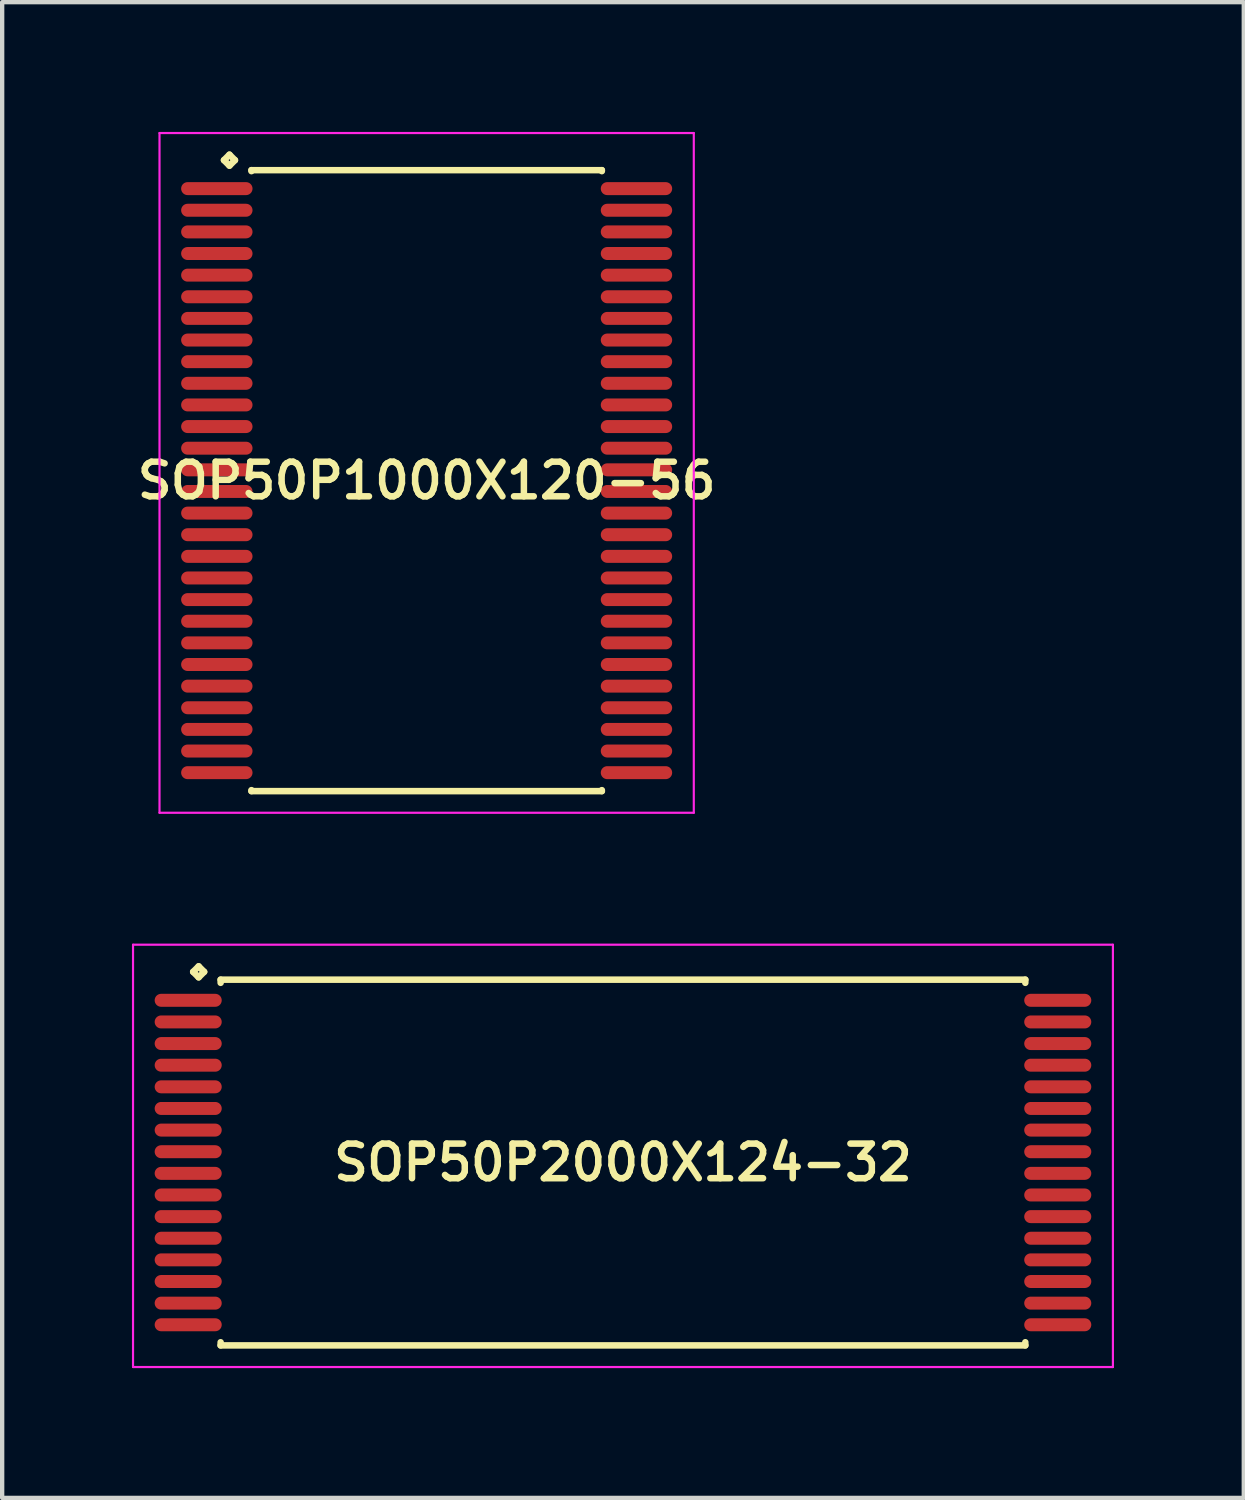
<source format=kicad_pcb>
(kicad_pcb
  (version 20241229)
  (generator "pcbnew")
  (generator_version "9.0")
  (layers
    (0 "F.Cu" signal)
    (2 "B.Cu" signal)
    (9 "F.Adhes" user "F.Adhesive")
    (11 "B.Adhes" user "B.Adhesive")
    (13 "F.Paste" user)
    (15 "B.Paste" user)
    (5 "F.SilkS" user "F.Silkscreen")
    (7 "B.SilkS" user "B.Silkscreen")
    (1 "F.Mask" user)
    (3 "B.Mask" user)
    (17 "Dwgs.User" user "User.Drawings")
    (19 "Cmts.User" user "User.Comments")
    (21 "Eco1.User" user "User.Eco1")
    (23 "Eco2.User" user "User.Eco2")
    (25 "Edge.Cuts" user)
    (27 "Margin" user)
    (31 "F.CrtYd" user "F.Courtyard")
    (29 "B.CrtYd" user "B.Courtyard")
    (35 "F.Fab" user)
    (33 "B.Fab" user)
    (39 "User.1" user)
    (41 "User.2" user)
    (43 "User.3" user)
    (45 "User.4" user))
  (footprint "SOP50P2000X124-32"
    (layer "F.Cu")
    (at 11.35 23.822)
    (property "Reference" "SOP50P2000X124-32" (at 0 0 0) (layer "F.SilkS") (effects (font (size 0.8 0.8) (thickness 0.15))))
    (attr smd)
    (fp_line (start -9.935 -4.408) (end -9.808 -4.535) (stroke (width 0.15) (type solid)) (layer "F.SilkS"))
    (fp_line (start -9.808 -4.535) (end -9.681 -4.408) (stroke (width 0.15) (type solid)) (layer "F.SilkS"))
    (fp_line (start -9.808 -4.281) (end -9.935 -4.408) (stroke (width 0.15) (type solid)) (layer "F.SilkS"))
    (fp_line (start -9.681 -4.408) (end -9.808 -4.281) (stroke (width 0.15) (type solid)) (layer "F.SilkS"))
    (fp_line (start -9.3 -4.227) (end 9.3 -4.227) (stroke (width 0.15) (type solid)) (layer "F.SilkS"))
    (fp_line (start -9.3 -4.154) (end -9.3 -4.227) (stroke (width 0.15) (type solid)) (layer "F.SilkS"))
    (fp_line (start -9.3 4.154) (end -9.3 4.227) (stroke (width 0.15) (type solid)) (layer "F.SilkS"))
    (fp_line (start -9.3 4.227) (end 9.3 4.227) (stroke (width 0.15) (type solid)) (layer "F.SilkS"))
    (fp_line (start 9.3 -4.227) (end 9.3 -4.154) (stroke (width 0.15) (type solid)) (layer "F.SilkS"))
    (fp_line (start 9.3 4.227) (end 9.3 4.154) (stroke (width 0.15) (type solid)) (layer "F.SilkS"))
    (fp_line (start -11.325 -5.035) (end 11.325 -5.035) (stroke (width 0.05) (type solid)) (layer "F.CrtYd"))
    (fp_line (start -11.325 4.727) (end -11.325 -5.035) (stroke (width 0.05) (type solid)) (layer "F.CrtYd"))
    (fp_line (start 11.325 -5.035) (end 11.325 4.727) (stroke (width 0.05) (type solid)) (layer "F.CrtYd"))
    (fp_line (start 11.325 4.727) (end -11.325 4.727) (stroke (width 0.05) (type solid)) (layer "F.CrtYd"))
    (pad "1" smd oval (at -10.05 -3.75) (size 1.55 0.3) (layers "F.Cu" "F.Mask" "F.Paste"))
    (pad "2" smd oval (at -10.05 -3.25) (size 1.55 0.3) (layers "F.Cu" "F.Mask" "F.Paste"))
    (pad "3" smd oval (at -10.05 -2.75) (size 1.55 0.3) (layers "F.Cu" "F.Mask" "F.Paste"))
    (pad "4" smd oval (at -10.05 -2.25) (size 1.55 0.3) (layers "F.Cu" "F.Mask" "F.Paste"))
    (pad "5" smd oval (at -10.05 -1.75) (size 1.55 0.3) (layers "F.Cu" "F.Mask" "F.Paste"))
    (pad "6" smd oval (at -10.05 -1.25) (size 1.55 0.3) (layers "F.Cu" "F.Mask" "F.Paste"))
    (pad "7" smd oval (at -10.05 -0.75) (size 1.55 0.3) (layers "F.Cu" "F.Mask" "F.Paste"))
    (pad "8" smd oval (at -10.05 -0.25) (size 1.55 0.3) (layers "F.Cu" "F.Mask" "F.Paste"))
    (pad "9" smd oval (at -10.05 0.25) (size 1.55 0.3) (layers "F.Cu" "F.Mask" "F.Paste"))
    (pad "10" smd oval (at -10.05 0.75) (size 1.55 0.3) (layers "F.Cu" "F.Mask" "F.Paste"))
    (pad "11" smd oval (at -10.05 1.25) (size 1.55 0.3) (layers "F.Cu" "F.Mask" "F.Paste"))
    (pad "12" smd oval (at -10.05 1.75) (size 1.55 0.3) (layers "F.Cu" "F.Mask" "F.Paste"))
    (pad "13" smd oval (at -10.05 2.25) (size 1.55 0.3) (layers "F.Cu" "F.Mask" "F.Paste"))
    (pad "14" smd oval (at -10.05 2.75) (size 1.55 0.3) (layers "F.Cu" "F.Mask" "F.Paste"))
    (pad "15" smd oval (at -10.05 3.25) (size 1.55 0.3) (layers "F.Cu" "F.Mask" "F.Paste"))
    (pad "16" smd oval (at -10.05 3.75) (size 1.55 0.3) (layers "F.Cu" "F.Mask" "F.Paste"))
    (pad "17" smd oval (at 10.05 3.75) (size 1.55 0.3) (layers "F.Cu" "F.Mask" "F.Paste"))
    (pad "18" smd oval (at 10.05 3.25) (size 1.55 0.3) (layers "F.Cu" "F.Mask" "F.Paste"))
    (pad "19" smd oval (at 10.05 2.75) (size 1.55 0.3) (layers "F.Cu" "F.Mask" "F.Paste"))
    (pad "20" smd oval (at 10.05 2.25) (size 1.55 0.3) (layers "F.Cu" "F.Mask" "F.Paste"))
    (pad "21" smd oval (at 10.05 1.75) (size 1.55 0.3) (layers "F.Cu" "F.Mask" "F.Paste"))
    (pad "22" smd oval (at 10.05 1.25) (size 1.55 0.3) (layers "F.Cu" "F.Mask" "F.Paste"))
    (pad "23" smd oval (at 10.05 0.75) (size 1.55 0.3) (layers "F.Cu" "F.Mask" "F.Paste"))
    (pad "24" smd oval (at 10.05 0.25) (size 1.55 0.3) (layers "F.Cu" "F.Mask" "F.Paste"))
    (pad "25" smd oval (at 10.05 -0.25) (size 1.55 0.3) (layers "F.Cu" "F.Mask" "F.Paste"))
    (pad "26" smd oval (at 10.05 -0.75) (size 1.55 0.3) (layers "F.Cu" "F.Mask" "F.Paste"))
    (pad "27" smd oval (at 10.05 -1.25) (size 1.55 0.3) (layers "F.Cu" "F.Mask" "F.Paste"))
    (pad "28" smd oval (at 10.05 -1.75) (size 1.55 0.3) (layers "F.Cu" "F.Mask" "F.Paste"))
    (pad "29" smd oval (at 10.05 -2.25) (size 1.55 0.3) (layers "F.Cu" "F.Mask" "F.Paste"))
    (pad "30" smd oval (at 10.05 -2.75) (size 1.55 0.3) (layers "F.Cu" "F.Mask" "F.Paste"))
    (pad "31" smd oval (at 10.05 -3.25) (size 1.55 0.3) (layers "F.Cu" "F.Mask" "F.Paste"))
    (pad "32" smd oval (at 10.05 -3.75) (size 1.55 0.3) (layers "F.Cu" "F.Mask" "F.Paste")))
  (footprint "SOP50P1000X120-56"
    (layer "F.Cu")
    (at 6.812 8.06)
    (property "Reference" "SOP50P1000X120-56" (at 0 0 0) (layer "F.SilkS") (effects (font (size 0.8 0.8) (thickness 0.15))))
    (attr smd)
    (fp_line (start -4.685 -7.408) (end -4.558 -7.535) (stroke (width 0.15) (type solid)) (layer "F.SilkS"))
    (fp_line (start -4.558 -7.535) (end -4.431 -7.408) (stroke (width 0.15) (type solid)) (layer "F.SilkS"))
    (fp_line (start -4.558 -7.281) (end -4.685 -7.408) (stroke (width 0.15) (type solid)) (layer "F.SilkS"))
    (fp_line (start -4.431 -7.408) (end -4.558 -7.281) (stroke (width 0.15) (type solid)) (layer "F.SilkS"))
    (fp_line (start -4.05 -7.177) (end 4.05 -7.177) (stroke (width 0.15) (type solid)) (layer "F.SilkS"))
    (fp_line (start -4.05 -7.154) (end -4.05 -7.177) (stroke (width 0.15) (type solid)) (layer "F.SilkS"))
    (fp_line (start -4.05 7.154) (end -4.05 7.177) (stroke (width 0.15) (type solid)) (layer "F.SilkS"))
    (fp_line (start -4.05 7.177) (end 4.05 7.177) (stroke (width 0.15) (type solid)) (layer "F.SilkS"))
    (fp_line (start 4.05 -7.177) (end 4.05 -7.154) (stroke (width 0.15) (type solid)) (layer "F.SilkS"))
    (fp_line (start 4.05 7.177) (end 4.05 7.154) (stroke (width 0.15) (type solid)) (layer "F.SilkS"))
    (fp_line (start -6.175 -8.035) (end 6.175 -8.035) (stroke (width 0.05) (type solid)) (layer "F.CrtYd"))
    (fp_line (start -6.175 7.677) (end -6.175 -8.035) (stroke (width 0.05) (type solid)) (layer "F.CrtYd"))
    (fp_line (start 6.175 -8.035) (end 6.175 7.677) (stroke (width 0.05) (type solid)) (layer "F.CrtYd"))
    (fp_line (start 6.175 7.677) (end -6.175 7.677) (stroke (width 0.05) (type solid)) (layer "F.CrtYd"))
    (pad "1" smd oval (at -4.85 -6.75) (size 1.65 0.3) (layers "F.Cu" "F.Mask" "F.Paste"))
    (pad "2" smd oval (at -4.85 -6.25) (size 1.65 0.3) (layers "F.Cu" "F.Mask" "F.Paste"))
    (pad "3" smd oval (at -4.85 -5.75) (size 1.65 0.3) (layers "F.Cu" "F.Mask" "F.Paste"))
    (pad "4" smd oval (at -4.85 -5.25) (size 1.65 0.3) (layers "F.Cu" "F.Mask" "F.Paste"))
    (pad "5" smd oval (at -4.85 -4.75) (size 1.65 0.3) (layers "F.Cu" "F.Mask" "F.Paste"))
    (pad "6" smd oval (at -4.85 -4.25) (size 1.65 0.3) (layers "F.Cu" "F.Mask" "F.Paste"))
    (pad "7" smd oval (at -4.85 -3.75) (size 1.65 0.3) (layers "F.Cu" "F.Mask" "F.Paste"))
    (pad "8" smd oval (at -4.85 -3.25) (size 1.65 0.3) (layers "F.Cu" "F.Mask" "F.Paste"))
    (pad "9" smd oval (at -4.85 -2.75) (size 1.65 0.3) (layers "F.Cu" "F.Mask" "F.Paste"))
    (pad "10" smd oval (at -4.85 -2.25) (size 1.65 0.3) (layers "F.Cu" "F.Mask" "F.Paste"))
    (pad "11" smd oval (at -4.85 -1.75) (size 1.65 0.3) (layers "F.Cu" "F.Mask" "F.Paste"))
    (pad "12" smd oval (at -4.85 -1.25) (size 1.65 0.3) (layers "F.Cu" "F.Mask" "F.Paste"))
    (pad "13" smd oval (at -4.85 -0.75) (size 1.65 0.3) (layers "F.Cu" "F.Mask" "F.Paste"))
    (pad "14" smd oval (at -4.85 -0.25) (size 1.65 0.3) (layers "F.Cu" "F.Mask" "F.Paste"))
    (pad "15" smd oval (at -4.85 0.25) (size 1.65 0.3) (layers "F.Cu" "F.Mask" "F.Paste"))
    (pad "16" smd oval (at -4.85 0.75) (size 1.65 0.3) (layers "F.Cu" "F.Mask" "F.Paste"))
    (pad "17" smd oval (at -4.85 1.25) (size 1.65 0.3) (layers "F.Cu" "F.Mask" "F.Paste"))
    (pad "18" smd oval (at -4.85 1.75) (size 1.65 0.3) (layers "F.Cu" "F.Mask" "F.Paste"))
    (pad "19" smd oval (at -4.85 2.25) (size 1.65 0.3) (layers "F.Cu" "F.Mask" "F.Paste"))
    (pad "20" smd oval (at -4.85 2.75) (size 1.65 0.3) (layers "F.Cu" "F.Mask" "F.Paste"))
    (pad "21" smd oval (at -4.85 3.25) (size 1.65 0.3) (layers "F.Cu" "F.Mask" "F.Paste"))
    (pad "22" smd oval (at -4.85 3.75) (size 1.65 0.3) (layers "F.Cu" "F.Mask" "F.Paste"))
    (pad "23" smd oval (at -4.85 4.25) (size 1.65 0.3) (layers "F.Cu" "F.Mask" "F.Paste"))
    (pad "24" smd oval (at -4.85 4.75) (size 1.65 0.3) (layers "F.Cu" "F.Mask" "F.Paste"))
    (pad "25" smd oval (at -4.85 5.25) (size 1.65 0.3) (layers "F.Cu" "F.Mask" "F.Paste"))
    (pad "26" smd oval (at -4.85 5.75) (size 1.65 0.3) (layers "F.Cu" "F.Mask" "F.Paste"))
    (pad "27" smd oval (at -4.85 6.25) (size 1.65 0.3) (layers "F.Cu" "F.Mask" "F.Paste"))
    (pad "28" smd oval (at -4.85 6.75) (size 1.65 0.3) (layers "F.Cu" "F.Mask" "F.Paste"))
    (pad "29" smd oval (at 4.85 6.75) (size 1.65 0.3) (layers "F.Cu" "F.Mask" "F.Paste"))
    (pad "30" smd oval (at 4.85 6.25) (size 1.65 0.3) (layers "F.Cu" "F.Mask" "F.Paste"))
    (pad "31" smd oval (at 4.85 5.75) (size 1.65 0.3) (layers "F.Cu" "F.Mask" "F.Paste"))
    (pad "32" smd oval (at 4.85 5.25) (size 1.65 0.3) (layers "F.Cu" "F.Mask" "F.Paste"))
    (pad "33" smd oval (at 4.85 4.75) (size 1.65 0.3) (layers "F.Cu" "F.Mask" "F.Paste"))
    (pad "34" smd oval (at 4.85 4.25) (size 1.65 0.3) (layers "F.Cu" "F.Mask" "F.Paste"))
    (pad "35" smd oval (at 4.85 3.75) (size 1.65 0.3) (layers "F.Cu" "F.Mask" "F.Paste"))
    (pad "36" smd oval (at 4.85 3.25) (size 1.65 0.3) (layers "F.Cu" "F.Mask" "F.Paste"))
    (pad "37" smd oval (at 4.85 2.75) (size 1.65 0.3) (layers "F.Cu" "F.Mask" "F.Paste"))
    (pad "38" smd oval (at 4.85 2.25) (size 1.65 0.3) (layers "F.Cu" "F.Mask" "F.Paste"))
    (pad "39" smd oval (at 4.85 1.75) (size 1.65 0.3) (layers "F.Cu" "F.Mask" "F.Paste"))
    (pad "40" smd oval (at 4.85 1.25) (size 1.65 0.3) (layers "F.Cu" "F.Mask" "F.Paste"))
    (pad "41" smd oval (at 4.85 0.75) (size 1.65 0.3) (layers "F.Cu" "F.Mask" "F.Paste"))
    (pad "42" smd oval (at 4.85 0.25) (size 1.65 0.3) (layers "F.Cu" "F.Mask" "F.Paste"))
    (pad "43" smd oval (at 4.85 -0.25) (size 1.65 0.3) (layers "F.Cu" "F.Mask" "F.Paste"))
    (pad "44" smd oval (at 4.85 -0.75) (size 1.65 0.3) (layers "F.Cu" "F.Mask" "F.Paste"))
    (pad "45" smd oval (at 4.85 -1.25) (size 1.65 0.3) (layers "F.Cu" "F.Mask" "F.Paste"))
    (pad "46" smd oval (at 4.85 -1.75) (size 1.65 0.3) (layers "F.Cu" "F.Mask" "F.Paste"))
    (pad "47" smd oval (at 4.85 -2.25) (size 1.65 0.3) (layers "F.Cu" "F.Mask" "F.Paste"))
    (pad "48" smd oval (at 4.85 -2.75) (size 1.65 0.3) (layers "F.Cu" "F.Mask" "F.Paste"))
    (pad "49" smd oval (at 4.85 -3.25) (size 1.65 0.3) (layers "F.Cu" "F.Mask" "F.Paste"))
    (pad "50" smd oval (at 4.85 -3.75) (size 1.65 0.3) (layers "F.Cu" "F.Mask" "F.Paste"))
    (pad "51" smd oval (at 4.85 -4.25) (size 1.65 0.3) (layers "F.Cu" "F.Mask" "F.Paste"))
    (pad "52" smd oval (at 4.85 -4.75) (size 1.65 0.3) (layers "F.Cu" "F.Mask" "F.Paste"))
    (pad "53" smd oval (at 4.85 -5.25) (size 1.65 0.3) (layers "F.Cu" "F.Mask" "F.Paste"))
    (pad "54" smd oval (at 4.85 -5.75) (size 1.65 0.3) (layers "F.Cu" "F.Mask" "F.Paste"))
    (pad "55" smd oval (at 4.85 -6.25) (size 1.65 0.3) (layers "F.Cu" "F.Mask" "F.Paste"))
    (pad "56" smd oval (at 4.85 -6.75) (size 1.65 0.3) (layers "F.Cu" "F.Mask" "F.Paste")))
  (gr_rect
    (start -3 -3)
    (end 25.7 31.574)
    (stroke (width 0.1) (type default))
    (fill no)
    (layer "Edge.Cuts")))
</source>
